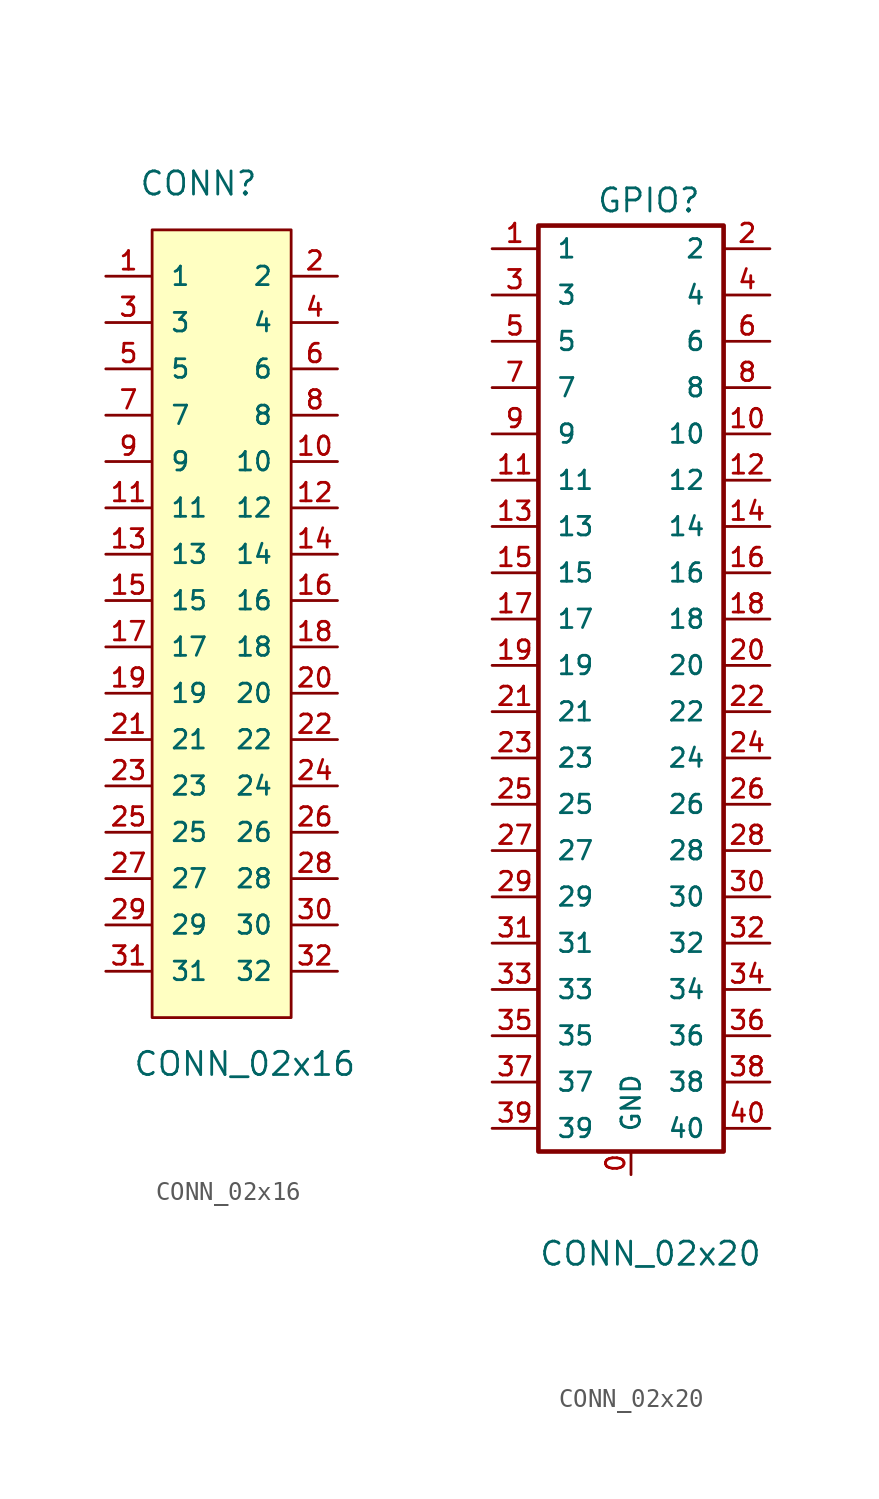
<source format=kicad_sym>
(kicad_symbol_lib
  (version 20211014)
  (generator kicad_symbol_editor)
  (symbol "CONN_02x16"
    (pin_names
      (offset 1.016))
    (property "Reference" "CONN"
      (at 0 25.4 0)
      (effects (font (size 1.27 1.27))))
    (property "Value" "CONN_02x16"
      (at 2.54 -22.86 0)
      (effects (font (size 1.27 1.27))))
    (symbol "CONN_02x16_0_1"
      (rectangle (start -2.54 22.86) (end 5.08 -20.32) (stroke (width 0) (type default) (color 0 0 0 0)) (fill (type background))))
    (symbol "CONN_02x16_1_1"
      (pin passive line (at -5.08 20.32 0) (length 2.489) (name "1" (effects (font (size 1.016 1.016)))) (number "1" (effects (font (size 1.016 1.016)))))
      (pin passive line (at 7.62 10.16 180) (length 2.489) (name "10" (effects (font (size 1.016 1.016)))) (number "10" (effects (font (size 1.016 1.016)))))
      (pin passive line (at -5.08 7.62 0) (length 2.489) (name "11" (effects (font (size 1.016 1.016)))) (number "11" (effects (font (size 1.016 1.016)))))
      (pin passive line (at 7.62 7.62 180) (length 2.489) (name "12" (effects (font (size 1.016 1.016)))) (number "12" (effects (font (size 1.016 1.016)))))
      (pin passive line (at -5.08 5.08 0) (length 2.489) (name "13" (effects (font (size 1.016 1.016)))) (number "13" (effects (font (size 1.016 1.016)))))
      (pin passive line (at 7.62 5.08 180) (length 2.489) (name "14" (effects (font (size 1.016 1.016)))) (number "14" (effects (font (size 1.016 1.016)))))
      (pin passive line (at -5.08 2.54 0) (length 2.489) (name "15" (effects (font (size 1.016 1.016)))) (number "15" (effects (font (size 1.016 1.016)))))
      (pin passive line (at 7.62 2.54 180) (length 2.489) (name "16" (effects (font (size 1.016 1.016)))) (number "16" (effects (font (size 1.016 1.016)))))
      (pin passive line (at -5.08 0 0) (length 2.489) (name "17" (effects (font (size 1.016 1.016)))) (number "17" (effects (font (size 1.016 1.016)))))
      (pin passive line (at 7.62 0 180) (length 2.489) (name "18" (effects (font (size 1.016 1.016)))) (number "18" (effects (font (size 1.016 1.016)))))
      (pin passive line (at -5.08 -2.54 0) (length 2.489) (name "19" (effects (font (size 1.016 1.016)))) (number "19" (effects (font (size 1.016 1.016)))))
      (pin passive line (at 7.62 20.32 180) (length 2.489) (name "2" (effects (font (size 1.016 1.016)))) (number "2" (effects (font (size 1.016 1.016)))))
      (pin passive line (at 7.62 -2.54 180) (length 2.489) (name "20" (effects (font (size 1.016 1.016)))) (number "20" (effects (font (size 1.016 1.016)))))
      (pin passive line (at -5.08 -5.08 0) (length 2.489) (name "21" (effects (font (size 1.016 1.016)))) (number "21" (effects (font (size 1.016 1.016)))))
      (pin passive line (at 7.62 -5.08 180) (length 2.489) (name "22" (effects (font (size 1.016 1.016)))) (number "22" (effects (font (size 1.016 1.016)))))
      (pin passive line (at -5.08 -7.62 0) (length 2.489) (name "23" (effects (font (size 1.016 1.016)))) (number "23" (effects (font (size 1.016 1.016)))))
      (pin passive line (at 7.62 -7.62 180) (length 2.489) (name "24" (effects (font (size 1.016 1.016)))) (number "24" (effects (font (size 1.016 1.016)))))
      (pin passive line (at -5.08 -10.16 0) (length 2.489) (name "25" (effects (font (size 1.016 1.016)))) (number "25" (effects (font (size 1.016 1.016)))))
      (pin passive line (at 7.62 -10.16 180) (length 2.489) (name "26" (effects (font (size 1.016 1.016)))) (number "26" (effects (font (size 1.016 1.016)))))
      (pin passive line (at -5.08 -12.7 0) (length 2.489) (name "27" (effects (font (size 1.016 1.016)))) (number "27" (effects (font (size 1.016 1.016)))))
      (pin passive line (at 7.62 -12.7 180) (length 2.489) (name "28" (effects (font (size 1.016 1.016)))) (number "28" (effects (font (size 1.016 1.016)))))
      (pin passive line (at -5.08 -15.24 0) (length 2.489) (name "29" (effects (font (size 1.016 1.016)))) (number "29" (effects (font (size 1.016 1.016)))))
      (pin passive line (at -5.08 17.78 0) (length 2.489) (name "3" (effects (font (size 1.016 1.016)))) (number "3" (effects (font (size 1.016 1.016)))))
      (pin passive line (at 7.62 -15.24 180) (length 2.489) (name "30" (effects (font (size 1.016 1.016)))) (number "30" (effects (font (size 1.016 1.016)))))
      (pin passive line (at -5.08 -17.78 0) (length 2.489) (name "31" (effects (font (size 1.016 1.016)))) (number "31" (effects (font (size 1.016 1.016)))))
      (pin passive line (at 7.62 -17.78 180) (length 2.489) (name "32" (effects (font (size 1.016 1.016)))) (number "32" (effects (font (size 1.016 1.016)))))
      (pin passive line (at 7.62 17.78 180) (length 2.489) (name "4" (effects (font (size 1.016 1.016)))) (number "4" (effects (font (size 1.016 1.016)))))
      (pin passive line (at -5.08 15.24 0) (length 2.489) (name "5" (effects (font (size 1.016 1.016)))) (number "5" (effects (font (size 1.016 1.016)))))
      (pin passive line (at 7.62 15.24 180) (length 2.489) (name "6" (effects (font (size 1.016 1.016)))) (number "6" (effects (font (size 1.016 1.016)))))
      (pin passive line (at -5.08 12.7 0) (length 2.489) (name "7" (effects (font (size 1.016 1.016)))) (number "7" (effects (font (size 1.016 1.016)))))
      (pin passive line (at 7.62 12.7 180) (length 2.489) (name "8" (effects (font (size 1.016 1.016)))) (number "8" (effects (font (size 1.016 1.016)))))
      (pin passive line (at -5.08 10.16 0) (length 2.489) (name "9" (effects (font (size 1.016 1.016)))) (number "9" (effects (font (size 1.016 1.016)))))))
  (symbol "CONN_02x20"
    (pin_names
      (offset 1.016))
    (property "Reference" "GPIO"
      (at -1.905 27.305 0)
      (effects (font (size 1.27 1.27)) (justify left bottom)))
    (property "Value" "CONN_02x20"
      (at -5.08 -30.48 0)
      (effects (font (size 1.27 1.27)) (justify left bottom)))
    (property "Datasheet" ""
      (at 2.54 2.54 0)
      (effects (font (size 1.524 1.524))))
    (symbol "CONN_02x20_1_0"
      (rectangle (start 5.08 -24.13) (end -5.08 26.67) (stroke (width 0.254) (type default) (color 0 0 0 0)) (fill (type none))))
    (symbol "CONN_02x20_1_1"
      (pin passive line (at 0 -25.4 90) (length 1.27) (name "GND" (effects (font (size 1.016 1.016)))) (number "0" (effects (font (size 1.016 1.016)))))
      (pin passive line (at -7.62 25.4 0) (length 2.489) (name "1" (effects (font (size 1.016 1.016)))) (number "1" (effects (font (size 1.016 1.016)))))
      (pin passive line (at 7.62 15.24 180) (length 2.489) (name "10" (effects (font (size 1.016 1.016)))) (number "10" (effects (font (size 1.016 1.016)))))
      (pin passive line (at -7.62 12.7 0) (length 2.489) (name "11" (effects (font (size 1.016 1.016)))) (number "11" (effects (font (size 1.016 1.016)))))
      (pin passive line (at 7.62 12.7 180) (length 2.489) (name "12" (effects (font (size 1.016 1.016)))) (number "12" (effects (font (size 1.016 1.016)))))
      (pin passive line (at -7.62 10.16 0) (length 2.489) (name "13" (effects (font (size 1.016 1.016)))) (number "13" (effects (font (size 1.016 1.016)))))
      (pin passive line (at 7.62 10.16 180) (length 2.489) (name "14" (effects (font (size 1.016 1.016)))) (number "14" (effects (font (size 1.016 1.016)))))
      (pin passive line (at -7.62 7.62 0) (length 2.489) (name "15" (effects (font (size 1.016 1.016)))) (number "15" (effects (font (size 1.016 1.016)))))
      (pin passive line (at 7.62 7.62 180) (length 2.489) (name "16" (effects (font (size 1.016 1.016)))) (number "16" (effects (font (size 1.016 1.016)))))
      (pin passive line (at -7.62 5.08 0) (length 2.489) (name "17" (effects (font (size 1.016 1.016)))) (number "17" (effects (font (size 1.016 1.016)))))
      (pin passive line (at 7.62 5.08 180) (length 2.489) (name "18" (effects (font (size 1.016 1.016)))) (number "18" (effects (font (size 1.016 1.016)))))
      (pin passive line (at -7.62 2.54 0) (length 2.489) (name "19" (effects (font (size 1.016 1.016)))) (number "19" (effects (font (size 1.016 1.016)))))
      (pin passive line (at 7.62 25.4 180) (length 2.489) (name "2" (effects (font (size 1.016 1.016)))) (number "2" (effects (font (size 1.016 1.016)))))
      (pin passive line (at 7.62 2.54 180) (length 2.489) (name "20" (effects (font (size 1.016 1.016)))) (number "20" (effects (font (size 1.016 1.016)))))
      (pin passive line (at -7.62 0 0) (length 2.489) (name "21" (effects (font (size 1.016 1.016)))) (number "21" (effects (font (size 1.016 1.016)))))
      (pin passive line (at 7.62 0 180) (length 2.489) (name "22" (effects (font (size 1.016 1.016)))) (number "22" (effects (font (size 1.016 1.016)))))
      (pin passive line (at -7.62 -2.54 0) (length 2.489) (name "23" (effects (font (size 1.016 1.016)))) (number "23" (effects (font (size 1.016 1.016)))))
      (pin passive line (at 7.62 -2.54 180) (length 2.489) (name "24" (effects (font (size 1.016 1.016)))) (number "24" (effects (font (size 1.016 1.016)))))
      (pin passive line (at -7.62 -5.08 0) (length 2.489) (name "25" (effects (font (size 1.016 1.016)))) (number "25" (effects (font (size 1.016 1.016)))))
      (pin passive line (at 7.62 -5.08 180) (length 2.489) (name "26" (effects (font (size 1.016 1.016)))) (number "26" (effects (font (size 1.016 1.016)))))
      (pin passive line (at -7.62 -7.62 0) (length 2.489) (name "27" (effects (font (size 1.016 1.016)))) (number "27" (effects (font (size 1.016 1.016)))))
      (pin passive line (at 7.62 -7.62 180) (length 2.489) (name "28" (effects (font (size 1.016 1.016)))) (number "28" (effects (font (size 1.016 1.016)))))
      (pin passive line (at -7.62 -10.16 0) (length 2.489) (name "29" (effects (font (size 1.016 1.016)))) (number "29" (effects (font (size 1.016 1.016)))))
      (pin passive line (at -7.62 22.86 0) (length 2.489) (name "3" (effects (font (size 1.016 1.016)))) (number "3" (effects (font (size 1.016 1.016)))))
      (pin passive line (at 7.62 -10.16 180) (length 2.489) (name "30" (effects (font (size 1.016 1.016)))) (number "30" (effects (font (size 1.016 1.016)))))
      (pin passive line (at -7.62 -12.7 0) (length 2.489) (name "31" (effects (font (size 1.016 1.016)))) (number "31" (effects (font (size 1.016 1.016)))))
      (pin passive line (at 7.62 -12.7 180) (length 2.489) (name "32" (effects (font (size 1.016 1.016)))) (number "32" (effects (font (size 1.016 1.016)))))
      (pin passive line (at -7.62 -15.24 0) (length 2.489) (name "33" (effects (font (size 1.016 1.016)))) (number "33" (effects (font (size 1.016 1.016)))))
      (pin passive line (at 7.62 -15.24 180) (length 2.489) (name "34" (effects (font (size 1.016 1.016)))) (number "34" (effects (font (size 1.016 1.016)))))
      (pin passive line (at -7.62 -17.78 0) (length 2.489) (name "35" (effects (font (size 1.016 1.016)))) (number "35" (effects (font (size 1.016 1.016)))))
      (pin passive line (at 7.62 -17.78 180) (length 2.489) (name "36" (effects (font (size 1.016 1.016)))) (number "36" (effects (font (size 1.016 1.016)))))
      (pin passive line (at -7.62 -20.32 0) (length 2.489) (name "37" (effects (font (size 1.016 1.016)))) (number "37" (effects (font (size 1.016 1.016)))))
      (pin passive line (at 7.62 -20.32 180) (length 2.489) (name "38" (effects (font (size 1.016 1.016)))) (number "38" (effects (font (size 1.016 1.016)))))
      (pin passive line (at -7.62 -22.86 0) (length 2.489) (name "39" (effects (font (size 1.016 1.016)))) (number "39" (effects (font (size 1.016 1.016)))))
      (pin passive line (at 7.62 22.86 180) (length 2.489) (name "4" (effects (font (size 1.016 1.016)))) (number "4" (effects (font (size 1.016 1.016)))))
      (pin passive line (at 7.62 -22.86 180) (length 2.489) (name "40" (effects (font (size 1.016 1.016)))) (number "40" (effects (font (size 1.016 1.016)))))
      (pin passive line (at -7.62 20.32 0) (length 2.489) (name "5" (effects (font (size 1.016 1.016)))) (number "5" (effects (font (size 1.016 1.016)))))
      (pin passive line (at 7.62 20.32 180) (length 2.489) (name "6" (effects (font (size 1.016 1.016)))) (number "6" (effects (font (size 1.016 1.016)))))
      (pin passive line (at -7.62 17.78 0) (length 2.489) (name "7" (effects (font (size 1.016 1.016)))) (number "7" (effects (font (size 1.016 1.016)))))
      (pin passive line (at 7.62 17.78 180) (length 2.489) (name "8" (effects (font (size 1.016 1.016)))) (number "8" (effects (font (size 1.016 1.016)))))
      (pin passive line (at -7.62 15.24 0) (length 2.489) (name "9" (effects (font (size 1.016 1.016)))) (number "9" (effects (font (size 1.016 1.016))))))))
</source>
